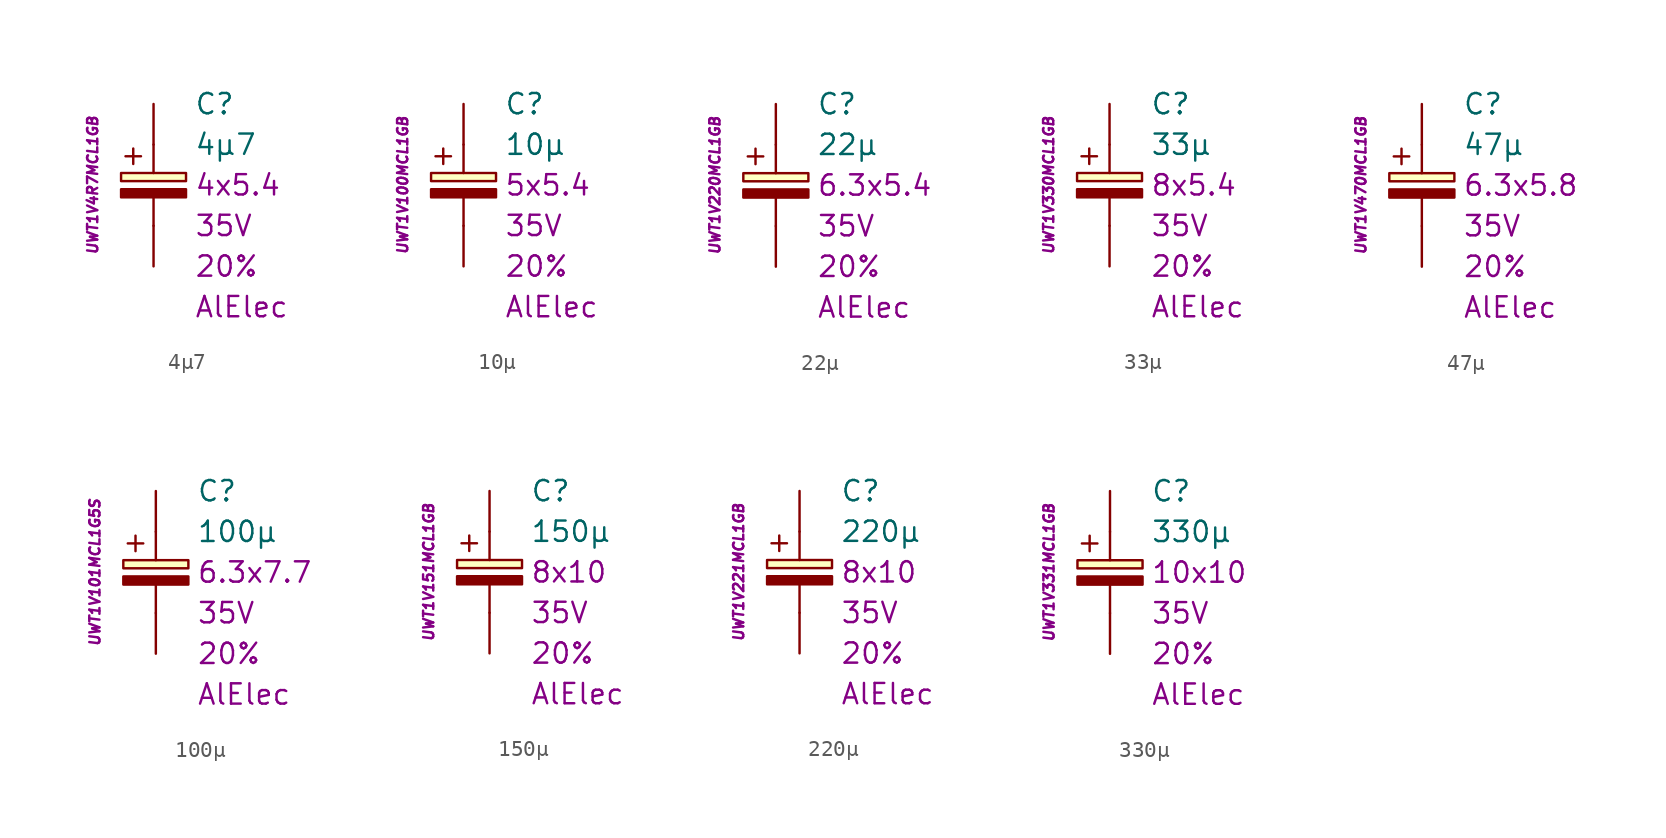
<source format=kicad_sym>
(kicad_symbol_lib
  (version 20201005)
  (generator kicad_symbol_editor)
  (symbol "C.Nichicon.UWT.35V:4µ7"
    (pin_numbers hide)
    (pin_names
      (offset 1.016) hide)
    (property "Reference" "C"
      (at 2.54 5.08 0)
      (effects (font (size 1.27 1.27)) (justify left)))
    (property "Value" "4µ7"
      (at 2.54 2.54 0)
      (effects (font (size 1.27 1.27)) (justify left)))
    (property "Package" "4x5.4"
      (at 2.54 0 0)
      (effects (font (size 1.27 1.27)) (justify left)))
    (property "Voltage" "35V"
      (at 2.54 -2.54 0)
      (effects (font (size 1.27 1.27)) (justify left)))
    (property "Tolerance" "20%"
      (at 2.54 -5.08 0)
      (effects (font (size 1.27 1.27)) (justify left)))
    (property "Dielectric" "AlElec"
      (at 2.54 -7.62 0)
      (effects (font (size 1.27 1.27)) (justify left)))
    (property "ID" "UWT1V4R7MCL1GB"
      (at -3.81 0 90)
      (effects (font (size 0.635 0.635) italic)))
    (symbol "4µ7_0_0"
      (text "+" (at -1.27 1.905 0) (effects (font (size 1.27 1.27)))))
    (symbol "4µ7_0_1"
      (rectangle (start -2.032 -0.254) (end 2.032 -0.762) (stroke (width 0.152)) (fill (type outline)))
      (rectangle (start -2.032 0.254) (end 2.032 0.762) (stroke (width 0.152)) (fill (type background)))
      (polyline (pts (xy 0 -2.54) (xy 0 -0.762)) (stroke (width 0.152)) (fill (type none)))
      (polyline (pts (xy 0 0.762) (xy 0 2.54)) (stroke (width 0.152)) (fill (type none))))
    (symbol "4µ7_1_1"
      (pin passive line (at 0 5.08 270) (length 2.54) (name "~" (effects (font (size 1.778 1.778)))) (number "1" (effects (font (size 1.778 1.778)))))
      (pin passive line (at 0 -5.08 90) (length 2.54) (name "~" (effects (font (size 1.778 1.778)))) (number "2" (effects (font (size 1.778 1.778)))))))
  (symbol "C.Nichicon.UWT.35V:10µ"
    (pin_numbers hide)
    (pin_names
      (offset 1.016) hide)
    (property "Reference" "C"
      (at 2.54 5.08 0)
      (effects (font (size 1.27 1.27)) (justify left)))
    (property "Value" "10µ"
      (at 2.54 2.54 0)
      (effects (font (size 1.27 1.27)) (justify left)))
    (property "Package" "5x5.4"
      (at 2.54 0 0)
      (effects (font (size 1.27 1.27)) (justify left)))
    (property "Voltage" "35V"
      (at 2.54 -2.54 0)
      (effects (font (size 1.27 1.27)) (justify left)))
    (property "Tolerance" "20%"
      (at 2.54 -5.08 0)
      (effects (font (size 1.27 1.27)) (justify left)))
    (property "Dielectric" "AlElec"
      (at 2.54 -7.62 0)
      (effects (font (size 1.27 1.27)) (justify left)))
    (property "ID" "UWT1V100MCL1GB"
      (at -3.81 0 90)
      (effects (font (size 0.635 0.635) italic)))
    (symbol "10µ_0_0"
      (text "+" (at -1.27 1.905 0) (effects (font (size 1.27 1.27)))))
    (symbol "10µ_0_1"
      (rectangle (start -2.032 -0.254) (end 2.032 -0.762) (stroke (width 0.152)) (fill (type outline)))
      (rectangle (start -2.032 0.254) (end 2.032 0.762) (stroke (width 0.152)) (fill (type background)))
      (polyline (pts (xy 0 -2.54) (xy 0 -0.762)) (stroke (width 0.152)) (fill (type none)))
      (polyline (pts (xy 0 0.762) (xy 0 2.54)) (stroke (width 0.152)) (fill (type none))))
    (symbol "10µ_1_1"
      (pin passive line (at 0 5.08 270) (length 2.54) (name "~" (effects (font (size 1.778 1.778)))) (number "1" (effects (font (size 1.778 1.778)))))
      (pin passive line (at 0 -5.08 90) (length 2.54) (name "~" (effects (font (size 1.778 1.778)))) (number "2" (effects (font (size 1.778 1.778)))))))
  (symbol "C.Nichicon.UWT.35V:22µ"
    (pin_numbers hide)
    (pin_names
      (offset 1.016) hide)
    (property "Reference" "C"
      (at 2.54 5.08 0)
      (effects (font (size 1.27 1.27)) (justify left)))
    (property "Value" "22µ"
      (at 2.54 2.54 0)
      (effects (font (size 1.27 1.27)) (justify left)))
    (property "Package" "6.3x5.4"
      (at 2.54 0 0)
      (effects (font (size 1.27 1.27)) (justify left)))
    (property "Voltage" "35V"
      (at 2.54 -2.54 0)
      (effects (font (size 1.27 1.27)) (justify left)))
    (property "Tolerance" "20%"
      (at 2.54 -5.08 0)
      (effects (font (size 1.27 1.27)) (justify left)))
    (property "Dielectric" "AlElec"
      (at 2.54 -7.62 0)
      (effects (font (size 1.27 1.27)) (justify left)))
    (property "ID" "UWT1V220MCL1GB"
      (at -3.81 0 90)
      (effects (font (size 0.635 0.635) italic)))
    (symbol "22µ_0_0"
      (text "+" (at -1.27 1.905 0) (effects (font (size 1.27 1.27)))))
    (symbol "22µ_0_1"
      (rectangle (start -2.032 -0.254) (end 2.032 -0.762) (stroke (width 0.152)) (fill (type outline)))
      (rectangle (start -2.032 0.254) (end 2.032 0.762) (stroke (width 0.152)) (fill (type background)))
      (polyline (pts (xy 0 -2.54) (xy 0 -0.762)) (stroke (width 0.152)) (fill (type none)))
      (polyline (pts (xy 0 0.762) (xy 0 2.54)) (stroke (width 0.152)) (fill (type none))))
    (symbol "22µ_1_1"
      (pin passive line (at 0 5.08 270) (length 2.54) (name "~" (effects (font (size 1.778 1.778)))) (number "1" (effects (font (size 1.778 1.778)))))
      (pin passive line (at 0 -5.08 90) (length 2.54) (name "~" (effects (font (size 1.778 1.778)))) (number "2" (effects (font (size 1.778 1.778)))))))
  (symbol "C.Nichicon.UWT.35V:33µ"
    (pin_numbers hide)
    (pin_names
      (offset 1.016) hide)
    (property "Reference" "C"
      (at 2.54 5.08 0)
      (effects (font (size 1.27 1.27)) (justify left)))
    (property "Value" "33µ"
      (at 2.54 2.54 0)
      (effects (font (size 1.27 1.27)) (justify left)))
    (property "Package" "8x5.4"
      (at 2.54 0 0)
      (effects (font (size 1.27 1.27)) (justify left)))
    (property "Voltage" "35V"
      (at 2.54 -2.54 0)
      (effects (font (size 1.27 1.27)) (justify left)))
    (property "Tolerance" "20%"
      (at 2.54 -5.08 0)
      (effects (font (size 1.27 1.27)) (justify left)))
    (property "Dielectric" "AlElec"
      (at 2.54 -7.62 0)
      (effects (font (size 1.27 1.27)) (justify left)))
    (property "ID" "UWT1V330MCL1GB"
      (at -3.81 0 90)
      (effects (font (size 0.635 0.635) italic)))
    (symbol "33µ_0_0"
      (text "+" (at -1.27 1.905 0) (effects (font (size 1.27 1.27)))))
    (symbol "33µ_0_1"
      (rectangle (start -2.032 -0.254) (end 2.032 -0.762) (stroke (width 0.152)) (fill (type outline)))
      (rectangle (start -2.032 0.254) (end 2.032 0.762) (stroke (width 0.152)) (fill (type background)))
      (polyline (pts (xy 0 -2.54) (xy 0 -0.762)) (stroke (width 0.152)) (fill (type none)))
      (polyline (pts (xy 0 0.762) (xy 0 2.54)) (stroke (width 0.152)) (fill (type none))))
    (symbol "33µ_1_1"
      (pin passive line (at 0 5.08 270) (length 2.54) (name "~" (effects (font (size 1.778 1.778)))) (number "1" (effects (font (size 1.778 1.778)))))
      (pin passive line (at 0 -5.08 90) (length 2.54) (name "~" (effects (font (size 1.778 1.778)))) (number "2" (effects (font (size 1.778 1.778)))))))
  (symbol "C.Nichicon.UWT.35V:47µ"
    (pin_numbers hide)
    (pin_names
      (offset 1.016) hide)
    (property "Reference" "C"
      (at 2.54 5.08 0)
      (effects (font (size 1.27 1.27)) (justify left)))
    (property "Value" "47µ"
      (at 2.54 2.54 0)
      (effects (font (size 1.27 1.27)) (justify left)))
    (property "Package" "6.3x5.8"
      (at 2.54 0 0)
      (effects (font (size 1.27 1.27)) (justify left)))
    (property "Voltage" "35V"
      (at 2.54 -2.54 0)
      (effects (font (size 1.27 1.27)) (justify left)))
    (property "Tolerance" "20%"
      (at 2.54 -5.08 0)
      (effects (font (size 1.27 1.27)) (justify left)))
    (property "Dielectric" "AlElec"
      (at 2.54 -7.62 0)
      (effects (font (size 1.27 1.27)) (justify left)))
    (property "ID" "UWT1V470MCL1GB"
      (at -3.81 0 90)
      (effects (font (size 0.635 0.635) italic)))
    (symbol "47µ_0_0"
      (text "+" (at -1.27 1.905 0) (effects (font (size 1.27 1.27)))))
    (symbol "47µ_0_1"
      (rectangle (start -2.032 -0.254) (end 2.032 -0.762) (stroke (width 0.152)) (fill (type outline)))
      (rectangle (start -2.032 0.254) (end 2.032 0.762) (stroke (width 0.152)) (fill (type background)))
      (polyline (pts (xy 0 -2.54) (xy 0 -0.762)) (stroke (width 0.152)) (fill (type none)))
      (polyline (pts (xy 0 0.762) (xy 0 2.54)) (stroke (width 0.152)) (fill (type none))))
    (symbol "47µ_1_1"
      (pin passive line (at 0 5.08 270) (length 2.54) (name "~" (effects (font (size 1.778 1.778)))) (number "1" (effects (font (size 1.778 1.778)))))
      (pin passive line (at 0 -5.08 90) (length 2.54) (name "~" (effects (font (size 1.778 1.778)))) (number "2" (effects (font (size 1.778 1.778)))))))
  (symbol "C.Nichicon.UWT.35V:100µ"
    (pin_numbers hide)
    (pin_names
      (offset 1.016) hide)
    (property "Reference" "C"
      (at 2.54 5.08 0)
      (effects (font (size 1.27 1.27)) (justify left)))
    (property "Value" "100µ"
      (at 2.54 2.54 0)
      (effects (font (size 1.27 1.27)) (justify left)))
    (property "Package" "6.3x7.7"
      (at 2.54 0 0)
      (effects (font (size 1.27 1.27)) (justify left)))
    (property "Voltage" "35V"
      (at 2.54 -2.54 0)
      (effects (font (size 1.27 1.27)) (justify left)))
    (property "Tolerance" "20%"
      (at 2.54 -5.08 0)
      (effects (font (size 1.27 1.27)) (justify left)))
    (property "Dielectric" "AlElec"
      (at 2.54 -7.62 0)
      (effects (font (size 1.27 1.27)) (justify left)))
    (property "ID" "UWT1V101MCL1G5S"
      (at -3.81 0 90)
      (effects (font (size 0.635 0.635) italic)))
    (symbol "100µ_0_0"
      (text "+" (at -1.27 1.905 0) (effects (font (size 1.27 1.27)))))
    (symbol "100µ_0_1"
      (rectangle (start -2.032 -0.254) (end 2.032 -0.762) (stroke (width 0.152)) (fill (type outline)))
      (rectangle (start -2.032 0.254) (end 2.032 0.762) (stroke (width 0.152)) (fill (type background)))
      (polyline (pts (xy 0 -2.54) (xy 0 -0.762)) (stroke (width 0.152)) (fill (type none)))
      (polyline (pts (xy 0 0.762) (xy 0 2.54)) (stroke (width 0.152)) (fill (type none))))
    (symbol "100µ_1_1"
      (pin passive line (at 0 5.08 270) (length 2.54) (name "~" (effects (font (size 1.778 1.778)))) (number "1" (effects (font (size 1.778 1.778)))))
      (pin passive line (at 0 -5.08 90) (length 2.54) (name "~" (effects (font (size 1.778 1.778)))) (number "2" (effects (font (size 1.778 1.778)))))))
  (symbol "C.Nichicon.UWT.35V:150µ"
    (pin_numbers hide)
    (pin_names
      (offset 1.016) hide)
    (property "Reference" "C"
      (at 2.54 5.08 0)
      (effects (font (size 1.27 1.27)) (justify left)))
    (property "Value" "150µ"
      (at 2.54 2.54 0)
      (effects (font (size 1.27 1.27)) (justify left)))
    (property "Package" "8x10"
      (at 2.54 0 0)
      (effects (font (size 1.27 1.27)) (justify left)))
    (property "Voltage" "35V"
      (at 2.54 -2.54 0)
      (effects (font (size 1.27 1.27)) (justify left)))
    (property "Tolerance" "20%"
      (at 2.54 -5.08 0)
      (effects (font (size 1.27 1.27)) (justify left)))
    (property "Dielectric" "AlElec"
      (at 2.54 -7.62 0)
      (effects (font (size 1.27 1.27)) (justify left)))
    (property "ID" "UWT1V151MCL1GB"
      (at -3.81 0 90)
      (effects (font (size 0.635 0.635) italic)))
    (symbol "150µ_0_0"
      (text "+" (at -1.27 1.905 0) (effects (font (size 1.27 1.27)))))
    (symbol "150µ_0_1"
      (rectangle (start -2.032 -0.254) (end 2.032 -0.762) (stroke (width 0.152)) (fill (type outline)))
      (rectangle (start -2.032 0.254) (end 2.032 0.762) (stroke (width 0.152)) (fill (type background)))
      (polyline (pts (xy 0 -2.54) (xy 0 -0.762)) (stroke (width 0.152)) (fill (type none)))
      (polyline (pts (xy 0 0.762) (xy 0 2.54)) (stroke (width 0.152)) (fill (type none))))
    (symbol "150µ_1_1"
      (pin passive line (at 0 5.08 270) (length 2.54) (name "~" (effects (font (size 1.778 1.778)))) (number "1" (effects (font (size 1.778 1.778)))))
      (pin passive line (at 0 -5.08 90) (length 2.54) (name "~" (effects (font (size 1.778 1.778)))) (number "2" (effects (font (size 1.778 1.778)))))))
  (symbol "C.Nichicon.UWT.35V:220µ"
    (pin_numbers hide)
    (pin_names
      (offset 1.016) hide)
    (property "Reference" "C"
      (at 2.54 5.08 0)
      (effects (font (size 1.27 1.27)) (justify left)))
    (property "Value" "220µ"
      (at 2.54 2.54 0)
      (effects (font (size 1.27 1.27)) (justify left)))
    (property "Package" "8x10"
      (at 2.54 0 0)
      (effects (font (size 1.27 1.27)) (justify left)))
    (property "Voltage" "35V"
      (at 2.54 -2.54 0)
      (effects (font (size 1.27 1.27)) (justify left)))
    (property "Tolerance" "20%"
      (at 2.54 -5.08 0)
      (effects (font (size 1.27 1.27)) (justify left)))
    (property "Dielectric" "AlElec"
      (at 2.54 -7.62 0)
      (effects (font (size 1.27 1.27)) (justify left)))
    (property "ID" "UWT1V221MCL1GB"
      (at -3.81 0 90)
      (effects (font (size 0.635 0.635) italic)))
    (symbol "220µ_0_0"
      (text "+" (at -1.27 1.905 0) (effects (font (size 1.27 1.27)))))
    (symbol "220µ_0_1"
      (rectangle (start -2.032 -0.254) (end 2.032 -0.762) (stroke (width 0.152)) (fill (type outline)))
      (rectangle (start -2.032 0.254) (end 2.032 0.762) (stroke (width 0.152)) (fill (type background)))
      (polyline (pts (xy 0 -2.54) (xy 0 -0.762)) (stroke (width 0.152)) (fill (type none)))
      (polyline (pts (xy 0 0.762) (xy 0 2.54)) (stroke (width 0.152)) (fill (type none))))
    (symbol "220µ_1_1"
      (pin passive line (at 0 5.08 270) (length 2.54) (name "~" (effects (font (size 1.778 1.778)))) (number "1" (effects (font (size 1.778 1.778)))))
      (pin passive line (at 0 -5.08 90) (length 2.54) (name "~" (effects (font (size 1.778 1.778)))) (number "2" (effects (font (size 1.778 1.778)))))))
  (symbol "C.Nichicon.UWT.35V:330µ"
    (pin_numbers hide)
    (pin_names
      (offset 1.016) hide)
    (property "Reference" "C"
      (at 2.54 5.08 0)
      (effects (font (size 1.27 1.27)) (justify left)))
    (property "Value" "330µ"
      (at 2.54 2.54 0)
      (effects (font (size 1.27 1.27)) (justify left)))
    (property "Package" "10x10"
      (at 2.54 0 0)
      (effects (font (size 1.27 1.27)) (justify left)))
    (property "Voltage" "35V"
      (at 2.54 -2.54 0)
      (effects (font (size 1.27 1.27)) (justify left)))
    (property "Tolerance" "20%"
      (at 2.54 -5.08 0)
      (effects (font (size 1.27 1.27)) (justify left)))
    (property "Dielectric" "AlElec"
      (at 2.54 -7.62 0)
      (effects (font (size 1.27 1.27)) (justify left)))
    (property "ID" "UWT1V331MCL1GB"
      (at -3.81 0 90)
      (effects (font (size 0.635 0.635) italic)))
    (symbol "330µ_0_0"
      (text "+" (at -1.27 1.905 0) (effects (font (size 1.27 1.27)))))
    (symbol "330µ_0_1"
      (rectangle (start -2.032 -0.254) (end 2.032 -0.762) (stroke (width 0.152)) (fill (type outline)))
      (rectangle (start -2.032 0.254) (end 2.032 0.762) (stroke (width 0.152)) (fill (type background)))
      (polyline (pts (xy 0 -2.54) (xy 0 -0.762)) (stroke (width 0.152)) (fill (type none)))
      (polyline (pts (xy 0 0.762) (xy 0 2.54)) (stroke (width 0.152)) (fill (type none))))
    (symbol "330µ_1_1"
      (pin passive line (at 0 5.08 270) (length 2.54) (name "~" (effects (font (size 1.778 1.778)))) (number "1" (effects (font (size 1.778 1.778)))))
      (pin passive line (at 0 -5.08 90) (length 2.54) (name "~" (effects (font (size 1.778 1.778)))) (number "2" (effects (font (size 1.778 1.778))))))))
</source>
